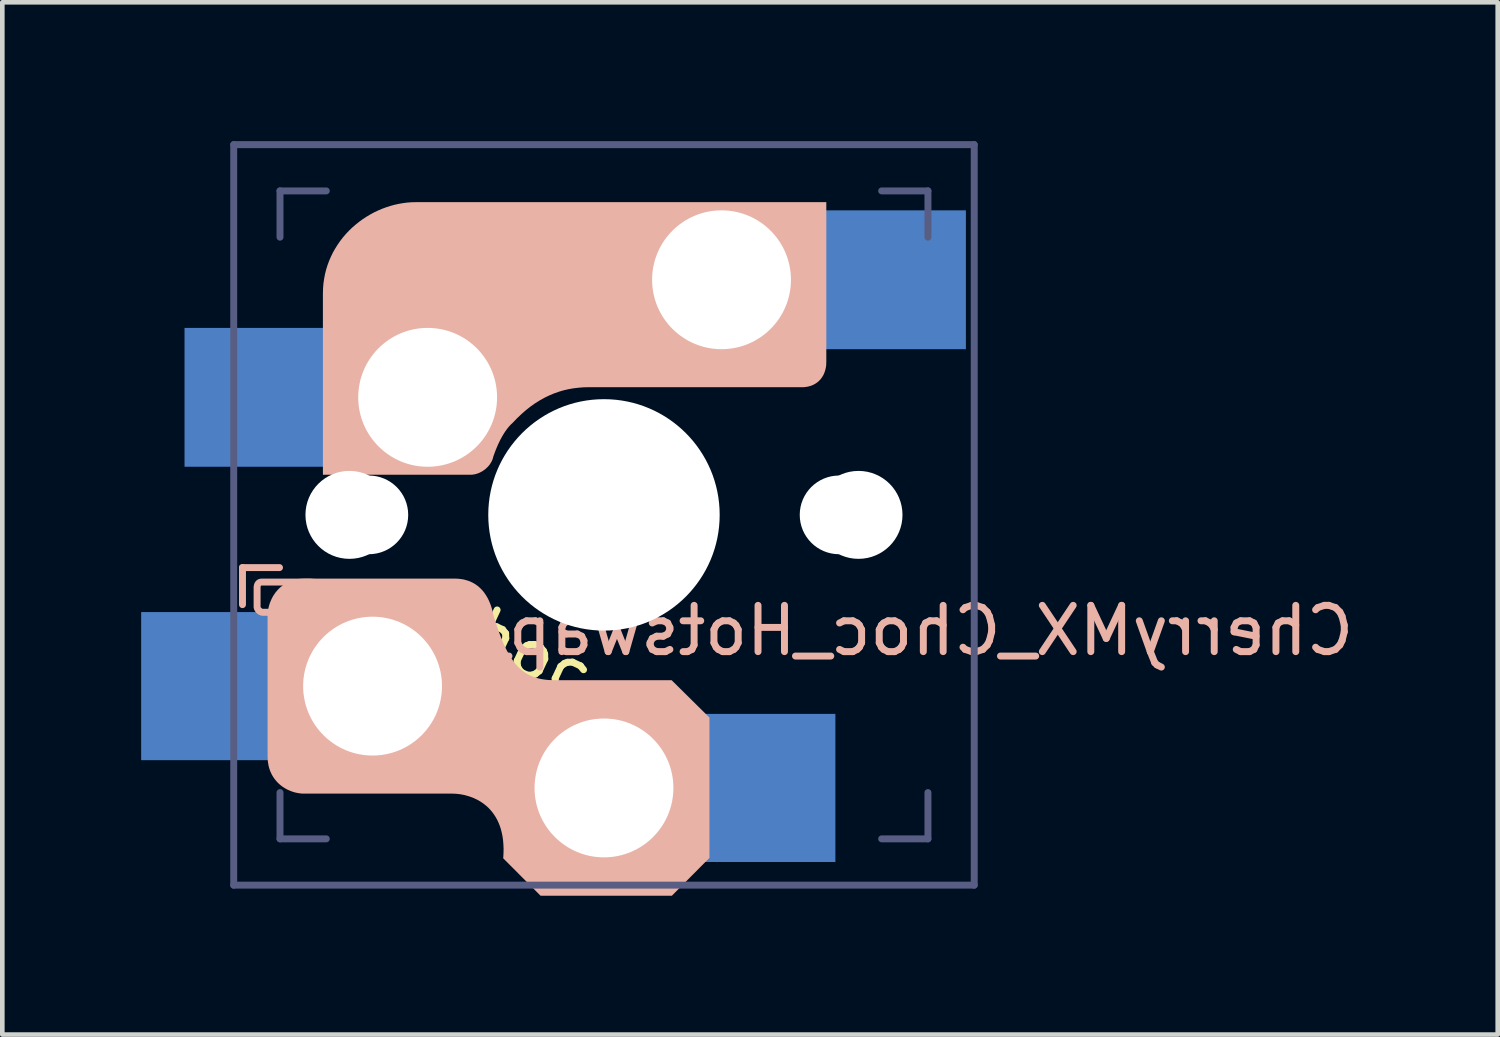
<source format=kicad_pcb>
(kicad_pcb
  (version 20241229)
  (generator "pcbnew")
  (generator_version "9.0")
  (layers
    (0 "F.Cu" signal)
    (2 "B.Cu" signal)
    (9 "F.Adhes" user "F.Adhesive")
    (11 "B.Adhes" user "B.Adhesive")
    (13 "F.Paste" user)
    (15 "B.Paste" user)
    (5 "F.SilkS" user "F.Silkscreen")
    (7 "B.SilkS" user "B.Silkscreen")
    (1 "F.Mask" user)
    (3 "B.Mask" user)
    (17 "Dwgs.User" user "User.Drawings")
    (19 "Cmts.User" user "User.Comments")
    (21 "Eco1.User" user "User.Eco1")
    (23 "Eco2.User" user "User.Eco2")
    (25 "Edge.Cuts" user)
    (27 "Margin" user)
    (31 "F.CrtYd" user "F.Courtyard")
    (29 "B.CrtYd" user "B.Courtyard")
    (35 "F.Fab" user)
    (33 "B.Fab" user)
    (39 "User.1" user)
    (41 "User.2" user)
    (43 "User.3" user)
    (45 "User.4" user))
  (footprint "CherryMX_Choc_Hotswap_16mm"
    (layer "F.Cu")
    (at 10 8.075)
    (property "Reference" "CherryMX_Choc_Hotswap_16mm" (at 4.4 2.5 0) (unlocked yes) (layer "B.SilkS") (effects (font (size 1 1) (thickness 0.15)) (justify mirror)))
    (attr through_hole)
    (fp_line (start -7.811 1.139) (end -7.011 1.139) (stroke (width 0.15) (type solid)) (layer "B.SilkS"))
    (fp_line (start -7.811 1.939) (end -7.811 1.139) (stroke (width 0.15) (type solid)) (layer "B.SilkS"))
    (fp_poly (pts (xy 4.804 -3.303) (xy 4.803 -3.273) (xy 4.802 -3.244) (xy 4.799 -3.215) (xy 4.795 -3.188) (xy 4.789 -3.16) (xy 4.783 -3.134) (xy 4.775 -3.108) (xy 4.767 -3.083) (xy 4.757 -3.059) (xy 4.747 -3.035) (xy 4.735 -3.012) (xy 4.722 -2.99) (xy 4.708 -2.969) (xy 4.694 -2.949) (xy 4.678 -2.929) (xy 4.661 -2.911) (xy 4.644 -2.893) (xy 4.625 -2.877) (xy 4.606 -2.861) (xy 4.586 -2.847) (xy 4.564 -2.833) (xy 4.542 -2.821) (xy 4.52 -2.809) (xy 4.496 -2.799) (xy 4.472 -2.79) (xy 4.446 -2.782) (xy 4.42 -2.775) (xy 4.394 -2.769) (xy 4.366 -2.765) (xy 4.338 -2.761) (xy 4.309 -2.759) (xy 4.279 -2.759) (xy -0.338 -2.759) (xy -0.448 -2.756) (xy -0.557 -2.747) (xy -0.665 -2.734) (xy -0.771 -2.715) (xy -0.877 -2.69) (xy -0.981 -2.659) (xy -1.085 -2.622) (xy -1.187 -2.579) (xy -1.289 -2.529) (xy -1.389 -2.473) (xy -1.488 -2.411) (xy -1.587 -2.341) (xy -1.685 -2.264) (xy -1.781 -2.18) (xy -1.877 -2.089) (xy -1.972 -1.99) (xy -2.007 -1.958) (xy -2.04 -1.923) (xy -2.072 -1.885) (xy -2.103 -1.845) (xy -2.133 -1.803) (xy -2.162 -1.759) (xy -2.189 -1.714) (xy -2.216 -1.666) (xy -2.242 -1.618) (xy -2.266 -1.568) (xy -2.29 -1.518) (xy -2.312 -1.466) (xy -2.334 -1.414) (xy -2.354 -1.362) (xy -2.373 -1.31) (xy -2.392 -1.258) (xy -2.396 -1.238) (xy -2.402 -1.219) (xy -2.408 -1.2) (xy -2.416 -1.181) (xy -2.424 -1.163) (xy -2.433 -1.145) (xy -2.444 -1.127) (xy -2.455 -1.109) (xy -2.466 -1.092) (xy -2.479 -1.075) (xy -2.492 -1.059) (xy -2.506 -1.043) (xy -2.521 -1.028) (xy -2.537 -1.013) (xy -2.552 -0.998) (xy -2.569 -0.985) (xy -2.586 -0.971) (xy -2.604 -0.959) (xy -2.622 -0.947) (xy -2.641 -0.936) (xy -2.66 -0.926) (xy -2.679 -0.916) (xy -2.699 -0.907) (xy -2.719 -0.899) (xy -2.739 -0.892) (xy -2.76 -0.885) (xy -2.781 -0.88) (xy -2.802 -0.875) (xy -2.823 -0.872) (xy -2.845 -0.869) (xy -2.866 -0.868) (xy -2.888 -0.867) (xy -6.073 -0.867) (xy -6.073 -4.779) (xy -6.07 -4.888) (xy -6.062 -4.995) (xy -6.047 -5.099) (xy -6.028 -5.201) (xy -6.003 -5.3) (xy -5.973 -5.397) (xy -5.938 -5.491) (xy -5.898 -5.583) (xy -5.855 -5.672) (xy -5.806 -5.757) (xy -5.754 -5.84) (xy -5.698 -5.92) (xy -5.639 -5.997) (xy -5.575 -6.071) (xy -5.509 -6.141) (xy -5.44 -6.208) (xy -5.367 -6.271) (xy -5.292 -6.331) (xy -5.214 -6.388) (xy -5.135 -6.44) (xy -5.053 -6.489) (xy -4.969 -6.535) (xy -4.883 -6.576) (xy -4.796 -6.613) (xy -4.707 -6.646) (xy -4.617 -6.675) (xy -4.527 -6.7) (xy -4.435 -6.72) (xy -4.343 -6.736) (xy -4.251 -6.748) (xy -4.158 -6.755) (xy -4.066 -6.757) (xy 4.804 -6.757)) (stroke (width -0.000001) (type solid)) (fill yes) (layer "B.SilkS"))
    (fp_poly (pts (xy -3.156 1.379) (xy -3.093 1.386) (xy -3.03 1.396) (xy -2.968 1.413) (xy -2.936 1.423) (xy -2.905 1.434) (xy -2.875 1.447) (xy -2.844 1.462) (xy -2.814 1.478) (xy -2.784 1.496) (xy -2.755 1.516) (xy -2.726 1.537) (xy -2.698 1.561) (xy -2.671 1.586) (xy -2.644 1.613) (xy -2.618 1.642) (xy -2.593 1.673) (xy -2.569 1.707) (xy -2.546 1.742) (xy -2.523 1.78) (xy -2.502 1.82) (xy -2.482 1.862) (xy -2.463 1.907) (xy -2.445 1.954) (xy -2.429 2.004) (xy -2.414 2.056) (xy -2.4 2.111) (xy -2.388 2.168) (xy -2.334 2.34) (xy -2.28 2.5) (xy -2.225 2.649) (xy -2.168 2.787) (xy -2.108 2.913) (xy -2.046 3.028) (xy -1.979 3.132) (xy -1.908 3.225) (xy -1.87 3.267) (xy -1.831 3.307) (xy -1.79 3.343) (xy -1.747 3.377) (xy -1.703 3.409) (xy -1.657 3.437) (xy -1.609 3.463) (xy -1.558 3.486) (xy -1.506 3.506) (xy -1.452 3.524) (xy -1.395 3.539) (xy -1.335 3.551) (xy -1.274 3.56) (xy -1.209 3.567) (xy -1.072 3.572) (xy 1.462 3.572) (xy 2.279 4.38) (xy 2.279 7.411) (xy 1.467 8.229) (xy -1.37 8.229) (xy -2.177 7.421) (xy -2.171 7.317) (xy -2.169 7.217) (xy -2.173 7.123) (xy -2.18 7.033) (xy -2.192 6.948) (xy -2.208 6.868) (xy -2.227 6.792) (xy -2.25 6.721) (xy -2.277 6.654) (xy -2.306 6.591) (xy -2.339 6.532) (xy -2.374 6.477) (xy -2.411 6.426) (xy -2.451 6.378) (xy -2.492 6.334) (xy -2.535 6.294) (xy -2.58 6.257) (xy -2.626 6.223) (xy -2.673 6.192) (xy -2.721 6.164) (xy -2.818 6.117) (xy -2.916 6.081) (xy -3.012 6.054) (xy -3.105 6.036) (xy -3.194 6.026) (xy -3.275 6.023) (xy -6.483 6.023) (xy -6.546 6.02) (xy -6.611 6.011) (xy -6.678 5.997) (xy -6.745 5.976) (xy -6.811 5.949) (xy -6.844 5.934) (xy -6.876 5.916) (xy -6.908 5.897) (xy -6.939 5.877) (xy -6.969 5.855) (xy -6.999 5.831) (xy -7.027 5.806) (xy -7.055 5.779) (xy -7.081 5.75) (xy -7.106 5.72) (xy -7.13 5.688) (xy -7.152 5.654) (xy -7.173 5.619) (xy -7.191 5.582) (xy -7.209 5.543) (xy -7.224 5.502) (xy -7.237 5.46) (xy -7.248 5.416) (xy -7.256 5.37) (xy -7.263 5.322) (xy -7.267 5.273) (xy -7.268 5.221) (xy -7.268 2.18) (xy -7.265 2.11) (xy -7.255 2.039) (xy -7.239 1.968) (xy -7.217 1.898) (xy -7.188 1.83) (xy -7.172 1.796) (xy -7.154 1.763) (xy -7.134 1.731) (xy -7.113 1.7) (xy -7.091 1.669) (xy -7.066 1.64) (xy -7.041 1.612) (xy -7.014 1.584) (xy -6.985 1.558) (xy -6.955 1.534) (xy -6.924 1.511) (xy -6.891 1.489) (xy -6.856 1.469) (xy -6.821 1.451) (xy -6.783 1.434) (xy -6.745 1.42) (xy -6.705 1.407) (xy -6.663 1.397) (xy -6.62 1.388) (xy -6.576 1.382) (xy -6.53 1.379) (xy -6.483 1.377) (xy -3.217 1.377)) (stroke (width -0.000001) (type solid)) (fill yes) (layer "B.SilkS"))
    (fp_poly (pts (xy -6.266 1.379) (xy -6.311 1.382) (xy -6.355 1.388) (xy -6.398 1.397) (xy -6.439 1.407) (xy -6.479 1.42) (xy -6.518 1.434) (xy -6.555 1.451) (xy -6.591 1.469) (xy -6.625 1.489) (xy -6.658 1.511) (xy -6.69 1.534) (xy -6.72 1.558) (xy -6.748 1.584) (xy -6.775 1.612) (xy -6.801 1.64) (xy -6.825 1.669) (xy -6.848 1.7) (xy -6.869 1.731) (xy -6.889 1.763) (xy -6.907 1.796) (xy -6.924 1.83) (xy -6.939 1.864) (xy -6.952 1.898) (xy -6.964 1.933) (xy -6.974 1.968) (xy -6.991 2.039) (xy -6.996 2.075) (xy -7 2.11) (xy -7.003 2.145) (xy -7.003 2.18) (xy -7.374 2.18) (xy -7.383 2.179) (xy -7.391 2.179) (xy -7.399 2.177) (xy -7.407 2.176) (xy -7.416 2.174) (xy -7.424 2.171) (xy -7.433 2.168) (xy -7.441 2.164) (xy -7.449 2.16) (xy -7.458 2.156) (xy -7.474 2.146) (xy -7.489 2.135) (xy -7.497 2.129) (xy -7.504 2.123) (xy -7.511 2.116) (xy -7.518 2.109) (xy -7.524 2.101) (xy -7.531 2.094) (xy -7.536 2.086) (xy -7.542 2.078) (xy -7.547 2.069) (xy -7.551 2.061) (xy -7.556 2.052) (xy -7.559 2.043) (xy -7.562 2.033) (xy -7.565 2.024) (xy -7.567 2.014) (xy -7.569 2.005) (xy -7.57 1.995) (xy -7.57 1.985) (xy -7.57 1.571) (xy -7.42 1.571) (xy -7.42 1.985) (xy -7.42 1.986) (xy -7.419 1.987) (xy -7.419 1.988) (xy -7.419 1.989) (xy -7.419 1.99) (xy -7.419 1.991) (xy -7.418 1.992) (xy -7.418 1.993) (xy -7.417 1.993) (xy -7.417 1.994) (xy -7.416 1.996) (xy -7.415 1.998) (xy -7.414 2) (xy -7.412 2.001) (xy -7.411 2.003) (xy -7.409 2.005) (xy -7.408 2.006) (xy -7.402 2.012) (xy -7.398 2.015) (xy -7.395 2.018) (xy -7.392 2.021) (xy -7.39 2.022) (xy -7.388 2.024) (xy -7.387 2.025) (xy -7.385 2.026) (xy -7.383 2.027) (xy -7.382 2.027) (xy -7.382 2.028) (xy -7.381 2.028) (xy -7.38 2.028) (xy -7.379 2.028) (xy -7.378 2.029) (xy -7.377 2.029) (xy -7.376 2.029) (xy -7.375 2.029) (xy -7.374 2.029) (xy -7.258 2.029) (xy -7.178 2.029) (xy -7.141 2.03) (xy -7.135 1.996) (xy -7.128 1.963) (xy -7.119 1.929) (xy -7.109 1.896) (xy -7.099 1.863) (xy -7.086 1.83) (xy -7.073 1.798) (xy -7.059 1.765) (xy -7.043 1.734) (xy -7.027 1.702) (xy -7.009 1.671) (xy -6.99 1.641) (xy -6.97 1.612) (xy -6.949 1.583) (xy -6.927 1.554) (xy -6.903 1.527) (xy -7.399 1.527) (xy -7.401 1.527) (xy -7.403 1.527) (xy -7.404 1.528) (xy -7.405 1.528) (xy -7.407 1.528) (xy -7.408 1.529) (xy -7.409 1.53) (xy -7.41 1.531) (xy -7.411 1.532) (xy -7.412 1.533) (xy -7.413 1.534) (xy -7.414 1.535) (xy -7.414 1.536) (xy -7.415 1.538) (xy -7.416 1.539) (xy -7.416 1.541) (xy -7.417 1.542) (xy -7.417 1.544) (xy -7.417 1.545) (xy -7.418 1.547) (xy -7.418 1.549) (xy -7.418 1.551) (xy -7.419 1.555) (xy -7.419 1.558) (xy -7.419 1.562) (xy -7.42 1.566) (xy -7.42 1.571) (xy -7.57 1.571) (xy -7.57 1.559) (xy -7.569 1.549) (xy -7.568 1.538) (xy -7.566 1.528) (xy -7.564 1.518) (xy -7.562 1.508) (xy -7.559 1.499) (xy -7.556 1.49) (xy -7.553 1.481) (xy -7.549 1.473) (xy -7.545 1.465) (xy -7.54 1.457) (xy -7.536 1.449) (xy -7.531 1.442) (xy -7.525 1.436) (xy -7.519 1.429) (xy -7.514 1.423) (xy -7.507 1.417) (xy -7.501 1.412) (xy -7.494 1.407) (xy -7.487 1.402) (xy -7.48 1.398) (xy -7.473 1.394) (xy -7.465 1.391) (xy -7.458 1.388) (xy -7.45 1.385) (xy -7.442 1.383) (xy -7.433 1.381) (xy -7.425 1.379) (xy -7.417 1.378) (xy -7.408 1.378) (xy -7.399 1.377) (xy -6.219 1.377)) (stroke (width -0.000001) (type solid)) (fill yes) (layer "B.SilkS"))
    (fp_line (start -8 -8) (end 8 -8) (stroke (width 0.15) (type default)) (layer "B.Fab"))
    (fp_line (start -8 8) (end -8 -8) (stroke (width 0.15) (type default)) (layer "B.Fab"))
    (fp_line (start -7 -7) (end -6 -7) (stroke (width 0.15) (type solid)) (layer "B.Fab"))
    (fp_line (start -7 -6) (end -7 -7) (stroke (width 0.15) (type solid)) (layer "B.Fab"))
    (fp_line (start -7 6) (end -7 7) (stroke (width 0.15) (type solid)) (layer "B.Fab"))
    (fp_line (start -7 7) (end -6 7) (stroke (width 0.15) (type solid)) (layer "B.Fab"))
    (fp_line (start 6 7) (end 7 7) (stroke (width 0.15) (type solid)) (layer "B.Fab"))
    (fp_line (start 7 -7) (end 6 -7) (stroke (width 0.15) (type solid)) (layer "B.Fab"))
    (fp_line (start 7 -7) (end 7 -6) (stroke (width 0.15) (type solid)) (layer "B.Fab"))
    (fp_line (start 7 7) (end 7 6) (stroke (width 0.15) (type solid)) (layer "B.Fab"))
    (fp_line (start 8 -8) (end 8 8) (stroke (width 0.15) (type default)) (layer "B.Fab"))
    (fp_line (start 8 8) (end -8 8) (stroke (width 0.15) (type default)) (layer "B.Fab"))
    (fp_text user "MX" (at -0.635 -3.81 25) (unlocked yes) (layer "F.SilkS") (effects (font (size 1 1) (thickness 0.15))))
    (fp_text user "Choc" (at -2 2.8 335) (unlocked yes) (layer "F.SilkS") (effects (font (size 1 1) (thickness 0.15))))
    (pad "" np_thru_hole circle (at -5.5 0 90) (size 1.9 1.9) (drill 1.9) (layers "*.Cu" "*.Mask"))
    (pad "" np_thru_hole circle (at -5.08 0) (size 1.7 1.7) (drill 1.7) (layers "*.Cu" "*.Mask"))
    (pad "" np_thru_hole circle (at -5 3.7 90) (size 3 3) (drill 3) (layers "*.Cu" "*.Mask"))
    (pad "" np_thru_hole circle (at -3.81 -2.54) (size 3 3) (drill 3) (layers "*.Cu" "*.Mask"))
    (pad "" np_thru_hole circle (at 0 0 90) (size 5 5) (drill 5) (layers "*.Cu"))
    (pad "" np_thru_hole circle (at 0 5.9 90) (size 3 3) (drill 3) (layers "*.Cu" "*.Mask"))
    (pad "" np_thru_hole circle (at 2.54 -5.08) (size 3 3) (drill 3) (layers "*.Cu" "*.Mask"))
    (pad "" np_thru_hole circle (at 5.08 0) (size 1.7 1.7) (drill 1.7) (layers "*.Cu" "*.Mask"))
    (pad "" np_thru_hole circle (at 5.5 0 90) (size 1.9 1.9) (drill 1.9) (layers "*.Cu" "*.Mask"))
    (pad "1" smd rect (at -8.3 3.7 180) (size 3 3.2) (drill (offset 0.2 0)) (layers "B.Cu" "B.Mask" "B.Paste"))
    (pad "1" smd rect (at -7.085 -2.54 180) (size 3.2 3) (drill (offset 0.378 0)) (layers "B.Cu" "B.Mask" "B.Paste"))
    (pad "2" smd rect (at 3.3 5.9 180) (size 3 3.2) (drill (offset -0.2 0)) (layers "B.Cu" "B.Mask" "B.Paste"))
    (pad "2" smd rect (at 5.842 -5.08 180) (size 3.2 3) (drill (offset -0.378 0)) (layers "B.Cu" "B.Mask" "B.Paste")))
  (gr_rect
    (start -3 -3)
    (end 29.311 19.304)
    (stroke (width 0.1) (type default))
    (fill no)
    (layer "Edge.Cuts")))
</source>
